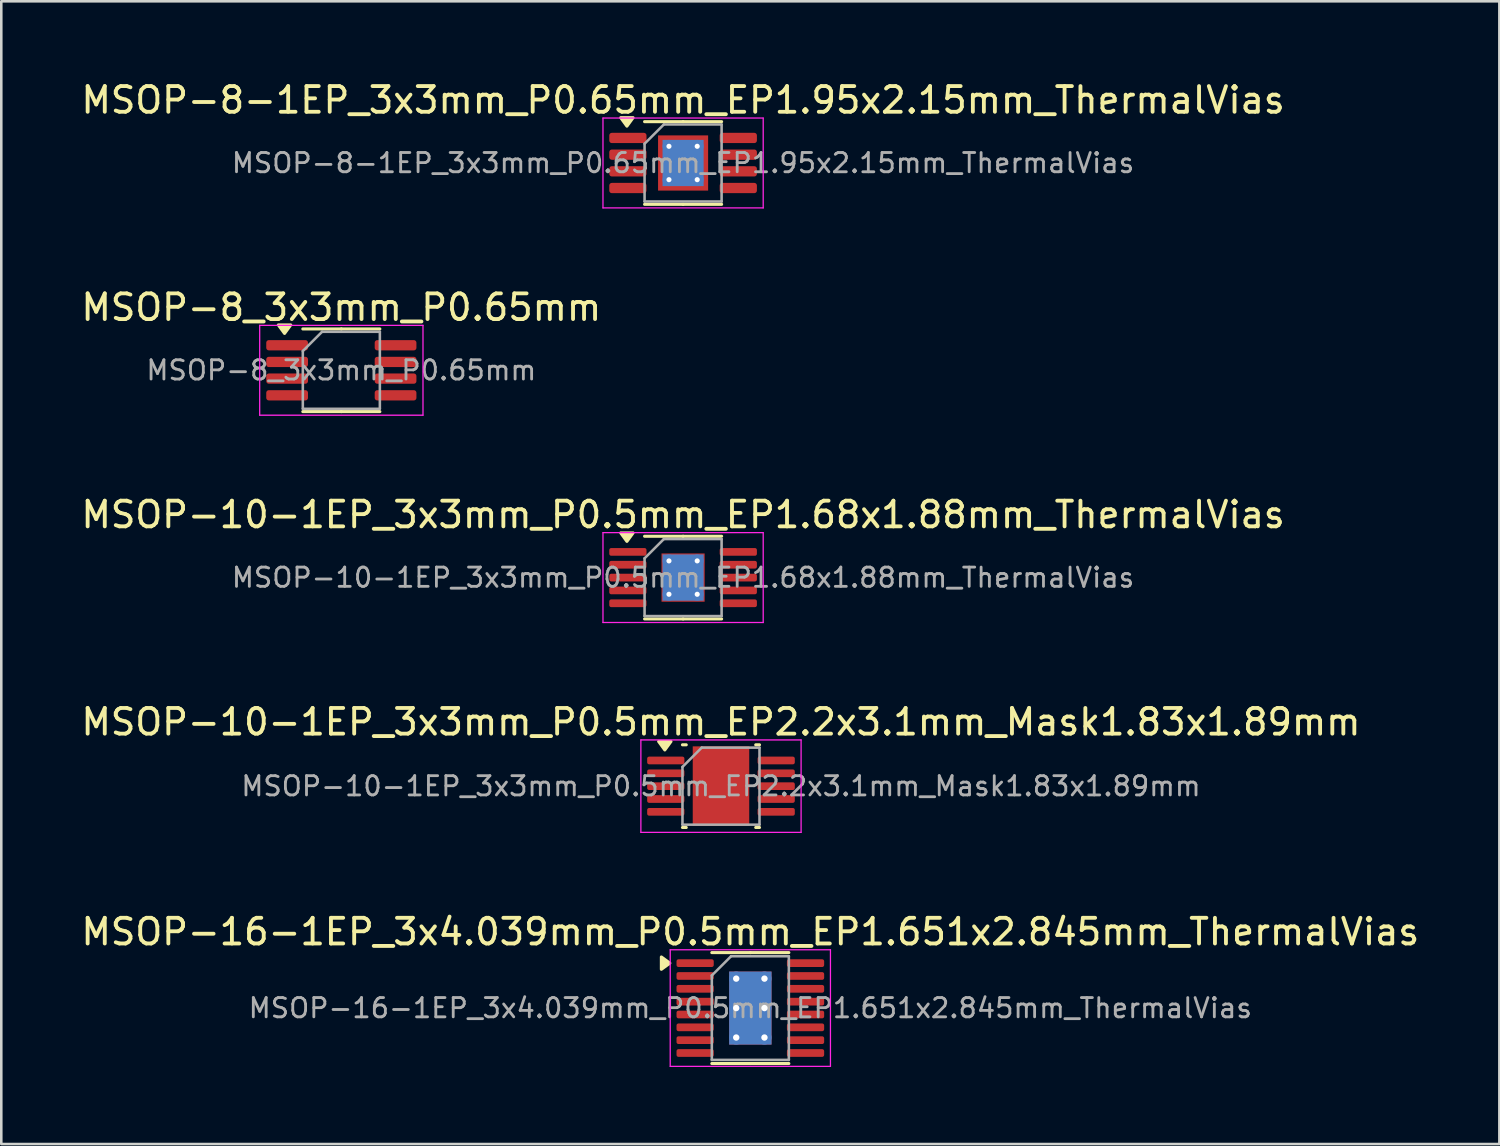
<source format=kicad_pcb>
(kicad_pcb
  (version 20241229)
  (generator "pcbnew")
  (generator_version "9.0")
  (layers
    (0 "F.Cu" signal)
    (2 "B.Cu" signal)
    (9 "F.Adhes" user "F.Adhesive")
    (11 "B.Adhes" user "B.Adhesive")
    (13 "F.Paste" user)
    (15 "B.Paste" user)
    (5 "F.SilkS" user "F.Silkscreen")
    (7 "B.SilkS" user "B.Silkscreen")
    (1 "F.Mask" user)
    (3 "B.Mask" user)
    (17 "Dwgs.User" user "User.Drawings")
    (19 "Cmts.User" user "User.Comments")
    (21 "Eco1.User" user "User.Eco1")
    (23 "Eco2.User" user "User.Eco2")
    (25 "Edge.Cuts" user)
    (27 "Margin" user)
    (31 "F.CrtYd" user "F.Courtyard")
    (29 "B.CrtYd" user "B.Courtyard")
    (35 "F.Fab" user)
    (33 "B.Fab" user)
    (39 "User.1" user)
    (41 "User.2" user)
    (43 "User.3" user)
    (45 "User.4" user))
  (footprint "MSOP-10-1EP_3x3mm_P0.5mm_EP2.2x3.1mm_Mask1.83x1.89mm"
    (layer "F.Cu")
    (at 25.03 27.568)
    (property "Reference" "MSOP-10-1EP_3x3mm_P0.5mm_EP2.2x3.1mm_Mask1.83x1.89mm" (at 0 -2.5 0) (layer "F.SilkS") (effects (font (size 1 1) (thickness 0.15))))
    (attr smd)
    (fp_line (start -1.353 -1.61) (end -1.5 -1.61) (stroke (width 0.12) (type solid)) (layer "F.SilkS"))
    (fp_line (start -1.353 1.61) (end -1.5 1.61) (stroke (width 0.12) (type solid)) (layer "F.SilkS"))
    (fp_line (start 1.353 -1.61) (end 1.5 -1.61) (stroke (width 0.12) (type solid)) (layer "F.SilkS"))
    (fp_line (start 1.353 1.61) (end 1.5 1.61) (stroke (width 0.12) (type solid)) (layer "F.SilkS"))
    (fp_poly (pts (xy -2.188 -1.41) (xy -2.428 -1.74) (xy -1.948 -1.74) (xy -2.188 -1.41)) (stroke (width 0.12) (type solid)) (fill yes) (layer "F.SilkS"))
    (fp_line (start -3.12 -1.8) (end -3.12 1.8) (stroke (width 0.05) (type solid)) (layer "F.CrtYd"))
    (fp_line (start -3.12 1.8) (end 3.12 1.8) (stroke (width 0.05) (type solid)) (layer "F.CrtYd"))
    (fp_line (start 3.12 -1.8) (end -3.12 -1.8) (stroke (width 0.05) (type solid)) (layer "F.CrtYd"))
    (fp_line (start 3.12 1.8) (end 3.12 -1.8) (stroke (width 0.05) (type solid)) (layer "F.CrtYd"))
    (fp_line (start -1.5 -0.75) (end -0.75 -1.5) (stroke (width 0.1) (type solid)) (layer "F.Fab"))
    (fp_line (start -1.5 1.5) (end -1.5 -0.75) (stroke (width 0.1) (type solid)) (layer "F.Fab"))
    (fp_line (start -0.75 -1.5) (end 1.5 -1.5) (stroke (width 0.1) (type solid)) (layer "F.Fab"))
    (fp_line (start 1.5 -1.5) (end 1.5 1.5) (stroke (width 0.1) (type solid)) (layer "F.Fab"))
    (fp_line (start 1.5 1.5) (end -1.5 1.5) (stroke (width 0.1) (type solid)) (layer "F.Fab"))
    (fp_text user "${REFERENCE}" (at 0 0 0) (layer "F.Fab") (effects (font (size 0.75 0.75) (thickness 0.11))))
    (pad "" smd roundrect (at -0.46 -0.47) (size 0.74 0.76) (layers "F.Paste") (roundrect_rratio 0.25))
    (pad "" smd roundrect (at -0.46 0.47) (size 0.74 0.76) (layers "F.Paste") (roundrect_rratio 0.25))
    (pad "" smd rect (at 0 0) (size 1.83 1.89) (layers "F.Mask"))
    (pad "" smd roundrect (at 0.46 -0.47) (size 0.74 0.76) (layers "F.Paste") (roundrect_rratio 0.25))
    (pad "" smd roundrect (at 0.46 0.47) (size 0.74 0.76) (layers "F.Paste") (roundrect_rratio 0.25))
    (pad "1" smd roundrect (at -2.15 -1) (size 1.45 0.3) (layers "F.Cu" "F.Mask" "F.Paste") (roundrect_rratio 0.25))
    (pad "2" smd roundrect (at -2.15 -0.5) (size 1.45 0.3) (layers "F.Cu" "F.Mask" "F.Paste") (roundrect_rratio 0.25))
    (pad "3" smd roundrect (at -2.15 0) (size 1.45 0.3) (layers "F.Cu" "F.Mask" "F.Paste") (roundrect_rratio 0.25))
    (pad "4" smd roundrect (at -2.15 0.5) (size 1.45 0.3) (layers "F.Cu" "F.Mask" "F.Paste") (roundrect_rratio 0.25))
    (pad "5" smd roundrect (at -2.15 1) (size 1.45 0.3) (layers "F.Cu" "F.Mask" "F.Paste") (roundrect_rratio 0.25))
    (pad "6" smd roundrect (at 2.15 1) (size 1.45 0.3) (layers "F.Cu" "F.Mask" "F.Paste") (roundrect_rratio 0.25))
    (pad "7" smd roundrect (at 2.15 0.5) (size 1.45 0.3) (layers "F.Cu" "F.Mask" "F.Paste") (roundrect_rratio 0.25))
    (pad "8" smd roundrect (at 2.15 0) (size 1.45 0.3) (layers "F.Cu" "F.Mask" "F.Paste") (roundrect_rratio 0.25))
    (pad "9" smd roundrect (at 2.15 -0.5) (size 1.45 0.3) (layers "F.Cu" "F.Mask" "F.Paste") (roundrect_rratio 0.25))
    (pad "10" smd roundrect (at 2.15 -1) (size 1.45 0.3) (layers "F.Cu" "F.Mask" "F.Paste") (roundrect_rratio 0.25))
    (pad "11" smd rect (at 0 0) (size 2.2 3.1) (property pad_prop_heatsink) (layers "F.Cu")))
  (footprint "MSOP-8_3x3mm_P0.65mm"
    (layer "F.Cu")
    (at 10.244 11.371)
    (property "Reference" "MSOP-8_3x3mm_P0.65mm" (at 0 -2.45 0) (layer "F.SilkS") (effects (font (size 1 1) (thickness 0.15))))
    (attr smd)
    (fp_line (start 0 -1.61) (end -1.5 -1.61) (stroke (width 0.12) (type solid)) (layer "F.SilkS"))
    (fp_line (start 0 -1.61) (end 1.5 -1.61) (stroke (width 0.12) (type solid)) (layer "F.SilkS"))
    (fp_line (start 0 1.61) (end -1.5 1.61) (stroke (width 0.12) (type solid)) (layer "F.SilkS"))
    (fp_line (start 0 1.61) (end 1.5 1.61) (stroke (width 0.12) (type solid)) (layer "F.SilkS"))
    (fp_poly (pts (xy -2.212 -1.435) (xy -2.453 -1.765) (xy -1.972 -1.765) (xy -2.212 -1.435)) (stroke (width 0.12) (type solid)) (fill yes) (layer "F.SilkS"))
    (fp_line (start -3.18 -1.75) (end -3.18 1.75) (stroke (width 0.05) (type solid)) (layer "F.CrtYd"))
    (fp_line (start -3.18 1.75) (end 3.18 1.75) (stroke (width 0.05) (type solid)) (layer "F.CrtYd"))
    (fp_line (start 3.18 -1.75) (end -3.18 -1.75) (stroke (width 0.05) (type solid)) (layer "F.CrtYd"))
    (fp_line (start 3.18 1.75) (end 3.18 -1.75) (stroke (width 0.05) (type solid)) (layer "F.CrtYd"))
    (fp_line (start -1.5 -0.75) (end -0.75 -1.5) (stroke (width 0.1) (type solid)) (layer "F.Fab"))
    (fp_line (start -1.5 1.5) (end -1.5 -0.75) (stroke (width 0.1) (type solid)) (layer "F.Fab"))
    (fp_line (start -0.75 -1.5) (end 1.5 -1.5) (stroke (width 0.1) (type solid)) (layer "F.Fab"))
    (fp_line (start 1.5 -1.5) (end 1.5 1.5) (stroke (width 0.1) (type solid)) (layer "F.Fab"))
    (fp_line (start 1.5 1.5) (end -1.5 1.5) (stroke (width 0.1) (type solid)) (layer "F.Fab"))
    (fp_text user "${REFERENCE}" (at 0 0 0) (layer "F.Fab") (effects (font (size 0.75 0.75) (thickness 0.11))))
    (pad "1" smd roundrect (at -2.112 -0.975) (size 1.625 0.4) (layers "F.Cu" "F.Mask" "F.Paste") (roundrect_rratio 0.25))
    (pad "2" smd roundrect (at -2.112 -0.325) (size 1.625 0.4) (layers "F.Cu" "F.Mask" "F.Paste") (roundrect_rratio 0.25))
    (pad "3" smd roundrect (at -2.112 0.325) (size 1.625 0.4) (layers "F.Cu" "F.Mask" "F.Paste") (roundrect_rratio 0.25))
    (pad "4" smd roundrect (at -2.112 0.975) (size 1.625 0.4) (layers "F.Cu" "F.Mask" "F.Paste") (roundrect_rratio 0.25))
    (pad "5" smd roundrect (at 2.112 0.975) (size 1.625 0.4) (layers "F.Cu" "F.Mask" "F.Paste") (roundrect_rratio 0.25))
    (pad "6" smd roundrect (at 2.112 0.325) (size 1.625 0.4) (layers "F.Cu" "F.Mask" "F.Paste") (roundrect_rratio 0.25))
    (pad "7" smd roundrect (at 2.112 -0.325) (size 1.625 0.4) (layers "F.Cu" "F.Mask" "F.Paste") (roundrect_rratio 0.25))
    (pad "8" smd roundrect (at 2.112 -0.975) (size 1.625 0.4) (layers "F.Cu" "F.Mask" "F.Paste") (roundrect_rratio 0.25)))
  (footprint "MSOP-16-1EP_3x4.039mm_P0.5mm_EP1.651x2.845mm_ThermalVias"
    (layer "F.Cu")
    (at 26.173 36.211)
    (property "Reference" "MSOP-16-1EP_3x4.039mm_P0.5mm_EP1.651x2.845mm_ThermalVias" (at 0 -2.97 0) (layer "F.SilkS") (effects (font (size 1 1) (thickness 0.15))))
    (attr smd)
    (fp_line (start 0 -2.16) (end -1.5 -2.16) (stroke (width 0.12) (type solid)) (layer "F.SilkS"))
    (fp_line (start 0 -2.16) (end 1.5 -2.16) (stroke (width 0.12) (type solid)) (layer "F.SilkS"))
    (fp_line (start 0 2.16) (end -1.5 2.16) (stroke (width 0.12) (type solid)) (layer "F.SilkS"))
    (fp_line (start 0 2.16) (end 1.5 2.16) (stroke (width 0.12) (type solid)) (layer "F.SilkS"))
    (fp_poly (pts (xy -3.135 -1.75) (xy -3.465 -1.99) (xy -3.465 -1.51) (xy -3.135 -1.75)) (stroke (width 0.12) (type solid)) (fill yes) (layer "F.SilkS"))
    (fp_line (start -3.12 -2.27) (end -3.12 2.27) (stroke (width 0.05) (type solid)) (layer "F.CrtYd"))
    (fp_line (start -3.12 2.27) (end 3.12 2.27) (stroke (width 0.05) (type solid)) (layer "F.CrtYd"))
    (fp_line (start 3.12 -2.27) (end -3.12 -2.27) (stroke (width 0.05) (type solid)) (layer "F.CrtYd"))
    (fp_line (start 3.12 2.27) (end 3.12 -2.27) (stroke (width 0.05) (type solid)) (layer "F.CrtYd"))
    (fp_line (start -1.5 -1.27) (end -0.75 -2.019) (stroke (width 0.1) (type solid)) (layer "F.Fab"))
    (fp_line (start -1.5 2.019) (end -1.5 -1.27) (stroke (width 0.1) (type solid)) (layer "F.Fab"))
    (fp_line (start -0.75 -2.019) (end 1.5 -2.019) (stroke (width 0.1) (type solid)) (layer "F.Fab"))
    (fp_line (start 1.5 -2.019) (end 1.5 2.019) (stroke (width 0.1) (type solid)) (layer "F.Fab"))
    (fp_line (start 1.5 2.019) (end -1.5 2.019) (stroke (width 0.1) (type solid)) (layer "F.Fab"))
    (fp_text user "${REFERENCE}" (at 0 0 0) (layer "F.Fab") (effects (font (size 0.75 0.75) (thickness 0.11))))
    (pad "" smd roundrect (at -0.415 -0.71) (size 0.69 1.19) (layers "F.Paste") (roundrect_rratio 0.25))
    (pad "" smd roundrect (at -0.415 0.71) (size 0.69 1.19) (layers "F.Paste") (roundrect_rratio 0.25))
    (pad "" smd roundrect (at 0.415 -0.71) (size 0.69 1.19) (layers "F.Paste") (roundrect_rratio 0.25))
    (pad "" smd roundrect (at 0.415 0.71) (size 0.69 1.19) (layers "F.Paste") (roundrect_rratio 0.25))
    (pad "1" smd roundrect (at -2.15 -1.75) (size 1.45 0.3) (layers "F.Cu" "F.Mask" "F.Paste") (roundrect_rratio 0.25))
    (pad "2" smd roundrect (at -2.15 -1.25) (size 1.45 0.3) (layers "F.Cu" "F.Mask" "F.Paste") (roundrect_rratio 0.25))
    (pad "3" smd roundrect (at -2.15 -0.75) (size 1.45 0.3) (layers "F.Cu" "F.Mask" "F.Paste") (roundrect_rratio 0.25))
    (pad "4" smd roundrect (at -2.15 -0.25) (size 1.45 0.3) (layers "F.Cu" "F.Mask" "F.Paste") (roundrect_rratio 0.25))
    (pad "5" smd roundrect (at -2.15 0.25) (size 1.45 0.3) (layers "F.Cu" "F.Mask" "F.Paste") (roundrect_rratio 0.25))
    (pad "6" smd roundrect (at -2.15 0.75) (size 1.45 0.3) (layers "F.Cu" "F.Mask" "F.Paste") (roundrect_rratio 0.25))
    (pad "7" smd roundrect (at -2.15 1.25) (size 1.45 0.3) (layers "F.Cu" "F.Mask" "F.Paste") (roundrect_rratio 0.25))
    (pad "8" smd roundrect (at -2.15 1.75) (size 1.45 0.3) (layers "F.Cu" "F.Mask" "F.Paste") (roundrect_rratio 0.25))
    (pad "9" smd roundrect (at 2.15 1.75) (size 1.45 0.3) (layers "F.Cu" "F.Mask" "F.Paste") (roundrect_rratio 0.25))
    (pad "10" smd roundrect (at 2.15 1.25) (size 1.45 0.3) (layers "F.Cu" "F.Mask" "F.Paste") (roundrect_rratio 0.25))
    (pad "11" smd roundrect (at 2.15 0.75) (size 1.45 0.3) (layers "F.Cu" "F.Mask" "F.Paste") (roundrect_rratio 0.25))
    (pad "12" smd roundrect (at 2.15 0.25) (size 1.45 0.3) (layers "F.Cu" "F.Mask" "F.Paste") (roundrect_rratio 0.25))
    (pad "13" smd roundrect (at 2.15 -0.25) (size 1.45 0.3) (layers "F.Cu" "F.Mask" "F.Paste") (roundrect_rratio 0.25))
    (pad "14" smd roundrect (at 2.15 -0.75) (size 1.45 0.3) (layers "F.Cu" "F.Mask" "F.Paste") (roundrect_rratio 0.25))
    (pad "15" smd roundrect (at 2.15 -1.25) (size 1.45 0.3) (layers "F.Cu" "F.Mask" "F.Paste") (roundrect_rratio 0.25))
    (pad "16" smd roundrect (at 2.15 -1.75) (size 1.45 0.3) (layers "F.Cu" "F.Mask" "F.Paste") (roundrect_rratio 0.25))
    (pad "17" thru_hole circle (at -0.55 -1.147) (size 0.55 0.55) (drill 0.25) (property pad_prop_heatsink) (layers "*.Cu"))
    (pad "17" thru_hole circle (at -0.55 0) (size 0.55 0.55) (drill 0.25) (property pad_prop_heatsink) (layers "*.Cu"))
    (pad "17" thru_hole circle (at -0.55 1.147) (size 0.55 0.55) (drill 0.25) (property pad_prop_heatsink) (layers "*.Cu"))
    (pad "17" smd rect (at 0 0) (size 1.651 2.845) (property pad_prop_heatsink) (layers "F.Cu" "F.Mask"))
    (pad "17" smd rect (at 0 0) (size 1.651 2.845) (property pad_prop_heatsink) (layers "B.Cu"))
    (pad "17" thru_hole circle (at 0.55 -1.147) (size 0.55 0.55) (drill 0.25) (property pad_prop_heatsink) (layers "*.Cu"))
    (pad "17" thru_hole circle (at 0.55 0) (size 0.55 0.55) (drill 0.25) (property pad_prop_heatsink) (layers "*.Cu"))
    (pad "17" thru_hole circle (at 0.55 1.147) (size 0.55 0.55) (drill 0.25) (property pad_prop_heatsink) (layers "*.Cu")))
  (footprint "MSOP-8-1EP_3x3mm_P0.65mm_EP1.95x2.15mm_ThermalVias"
    (layer "F.Cu")
    (at 23.554 3.298)
    (property "Reference" "MSOP-8-1EP_3x3mm_P0.65mm_EP1.95x2.15mm_ThermalVias" (at 0 -2.45 0) (layer "F.SilkS") (effects (font (size 1 1) (thickness 0.15))))
    (attr smd)
    (fp_line (start 0 -1.61) (end -1.5 -1.61) (stroke (width 0.12) (type solid)) (layer "F.SilkS"))
    (fp_line (start 0 -1.61) (end 1.5 -1.61) (stroke (width 0.12) (type solid)) (layer "F.SilkS"))
    (fp_line (start 0 1.61) (end -1.5 1.61) (stroke (width 0.12) (type solid)) (layer "F.SilkS"))
    (fp_line (start 0 1.61) (end 1.5 1.61) (stroke (width 0.12) (type solid)) (layer "F.SilkS"))
    (fp_poly (pts (xy -2.188 -1.435) (xy -2.428 -1.765) (xy -1.948 -1.765) (xy -2.188 -1.435)) (stroke (width 0.12) (type solid)) (fill yes) (layer "F.SilkS"))
    (fp_line (start -3.12 -1.75) (end -3.12 1.75) (stroke (width 0.05) (type solid)) (layer "F.CrtYd"))
    (fp_line (start -3.12 1.75) (end 3.12 1.75) (stroke (width 0.05) (type solid)) (layer "F.CrtYd"))
    (fp_line (start 3.12 -1.75) (end -3.12 -1.75) (stroke (width 0.05) (type solid)) (layer "F.CrtYd"))
    (fp_line (start 3.12 1.75) (end 3.12 -1.75) (stroke (width 0.05) (type solid)) (layer "F.CrtYd"))
    (fp_line (start -1.5 -0.75) (end -0.75 -1.5) (stroke (width 0.1) (type solid)) (layer "F.Fab"))
    (fp_line (start -1.5 1.5) (end -1.5 -0.75) (stroke (width 0.1) (type solid)) (layer "F.Fab"))
    (fp_line (start -0.75 -1.5) (end 1.5 -1.5) (stroke (width 0.1) (type solid)) (layer "F.Fab"))
    (fp_line (start 1.5 -1.5) (end 1.5 1.5) (stroke (width 0.1) (type solid)) (layer "F.Fab"))
    (fp_line (start 1.5 1.5) (end -1.5 1.5) (stroke (width 0.1) (type solid)) (layer "F.Fab"))
    (fp_text user "${REFERENCE}" (at 0 0 0) (layer "F.Fab") (effects (font (size 0.75 0.75) (thickness 0.11))))
    (pad "" smd roundrect (at -0.49 -0.54) (size 0.82 0.9) (layers "F.Paste") (roundrect_rratio 0.25))
    (pad "" smd roundrect (at -0.49 0.54) (size 0.82 0.9) (layers "F.Paste") (roundrect_rratio 0.25))
    (pad "" smd roundrect (at 0.49 -0.54) (size 0.82 0.9) (layers "F.Paste") (roundrect_rratio 0.25))
    (pad "" smd roundrect (at 0.49 0.54) (size 0.82 0.9) (layers "F.Paste") (roundrect_rratio 0.25))
    (pad "1" smd roundrect (at -2.15 -0.975) (size 1.45 0.4) (layers "F.Cu" "F.Mask" "F.Paste") (roundrect_rratio 0.25))
    (pad "2" smd roundrect (at -2.15 -0.325) (size 1.45 0.4) (layers "F.Cu" "F.Mask" "F.Paste") (roundrect_rratio 0.25))
    (pad "3" smd roundrect (at -2.15 0.325) (size 1.45 0.4) (layers "F.Cu" "F.Mask" "F.Paste") (roundrect_rratio 0.25))
    (pad "4" smd roundrect (at -2.15 0.975) (size 1.45 0.4) (layers "F.Cu" "F.Mask" "F.Paste") (roundrect_rratio 0.25))
    (pad "5" smd roundrect (at 2.15 0.975) (size 1.45 0.4) (layers "F.Cu" "F.Mask" "F.Paste") (roundrect_rratio 0.25))
    (pad "6" smd roundrect (at 2.15 0.325) (size 1.45 0.4) (layers "F.Cu" "F.Mask" "F.Paste") (roundrect_rratio 0.25))
    (pad "7" smd roundrect (at 2.15 -0.325) (size 1.45 0.4) (layers "F.Cu" "F.Mask" "F.Paste") (roundrect_rratio 0.25))
    (pad "8" smd roundrect (at 2.15 -0.975) (size 1.45 0.4) (layers "F.Cu" "F.Mask" "F.Paste") (roundrect_rratio 0.25))
    (pad "9" thru_hole circle (at -0.55 -0.65) (size 0.5 0.5) (drill 0.2) (property pad_prop_heatsink) (layers "*.Cu"))
    (pad "9" thru_hole circle (at -0.55 0.65) (size 0.5 0.5) (drill 0.2) (property pad_prop_heatsink) (layers "*.Cu"))
    (pad "9" smd rect (at 0 0) (size 1.6 1.8) (property pad_prop_heatsink) (layers "B.Cu"))
    (pad "9" smd rect (at 0 0) (size 1.95 2.15) (property pad_prop_heatsink) (layers "F.Cu" "F.Mask"))
    (pad "9" thru_hole circle (at 0.55 -0.65) (size 0.5 0.5) (drill 0.2) (property pad_prop_heatsink) (layers "*.Cu"))
    (pad "9" thru_hole circle (at 0.55 0.65) (size 0.5 0.5) (drill 0.2) (property pad_prop_heatsink) (layers "*.Cu")))
  (footprint "MSOP-10-1EP_3x3mm_P0.5mm_EP1.68x1.88mm_ThermalVias"
    (layer "F.Cu")
    (at 23.554 19.445)
    (property "Reference" "MSOP-10-1EP_3x3mm_P0.5mm_EP1.68x1.88mm_ThermalVias" (at 0 -2.45 0) (layer "F.SilkS") (effects (font (size 1 1) (thickness 0.15))))
    (attr smd)
    (fp_line (start 0 -1.61) (end -1.5 -1.61) (stroke (width 0.12) (type solid)) (layer "F.SilkS"))
    (fp_line (start 0 -1.61) (end 1.5 -1.61) (stroke (width 0.12) (type solid)) (layer "F.SilkS"))
    (fp_line (start 0 1.61) (end -1.5 1.61) (stroke (width 0.12) (type solid)) (layer "F.SilkS"))
    (fp_line (start 0 1.61) (end 1.5 1.61) (stroke (width 0.12) (type solid)) (layer "F.SilkS"))
    (fp_poly (pts (xy -2.188 -1.41) (xy -2.428 -1.74) (xy -1.948 -1.74) (xy -2.188 -1.41)) (stroke (width 0.12) (type solid)) (fill yes) (layer "F.SilkS"))
    (fp_line (start -3.12 -1.75) (end -3.12 1.75) (stroke (width 0.05) (type solid)) (layer "F.CrtYd"))
    (fp_line (start -3.12 1.75) (end 3.12 1.75) (stroke (width 0.05) (type solid)) (layer "F.CrtYd"))
    (fp_line (start 3.12 -1.75) (end -3.12 -1.75) (stroke (width 0.05) (type solid)) (layer "F.CrtYd"))
    (fp_line (start 3.12 1.75) (end 3.12 -1.75) (stroke (width 0.05) (type solid)) (layer "F.CrtYd"))
    (fp_line (start -1.5 -0.75) (end -0.75 -1.5) (stroke (width 0.1) (type solid)) (layer "F.Fab"))
    (fp_line (start -1.5 1.5) (end -1.5 -0.75) (stroke (width 0.1) (type solid)) (layer "F.Fab"))
    (fp_line (start -0.75 -1.5) (end 1.5 -1.5) (stroke (width 0.1) (type solid)) (layer "F.Fab"))
    (fp_line (start 1.5 -1.5) (end 1.5 1.5) (stroke (width 0.1) (type solid)) (layer "F.Fab"))
    (fp_line (start 1.5 1.5) (end -1.5 1.5) (stroke (width 0.1) (type solid)) (layer "F.Fab"))
    (fp_text user "${REFERENCE}" (at 0 0 0) (layer "F.Fab") (effects (font (size 0.75 0.75) (thickness 0.11))))
    (pad "" smd roundrect (at -0.42 -0.47) (size 0.7 0.79) (layers "F.Paste") (roundrect_rratio 0.25))
    (pad "" smd roundrect (at -0.42 0.47) (size 0.7 0.79) (layers "F.Paste") (roundrect_rratio 0.25))
    (pad "" smd roundrect (at 0.42 -0.47) (size 0.7 0.79) (layers "F.Paste") (roundrect_rratio 0.25))
    (pad "" smd roundrect (at 0.42 0.47) (size 0.7 0.79) (layers "F.Paste") (roundrect_rratio 0.25))
    (pad "1" smd roundrect (at -2.15 -1) (size 1.45 0.3) (layers "F.Cu" "F.Mask" "F.Paste") (roundrect_rratio 0.25))
    (pad "2" smd roundrect (at -2.15 -0.5) (size 1.45 0.3) (layers "F.Cu" "F.Mask" "F.Paste") (roundrect_rratio 0.25))
    (pad "3" smd roundrect (at -2.15 0) (size 1.45 0.3) (layers "F.Cu" "F.Mask" "F.Paste") (roundrect_rratio 0.25))
    (pad "4" smd roundrect (at -2.15 0.5) (size 1.45 0.3) (layers "F.Cu" "F.Mask" "F.Paste") (roundrect_rratio 0.25))
    (pad "5" smd roundrect (at -2.15 1) (size 1.45 0.3) (layers "F.Cu" "F.Mask" "F.Paste") (roundrect_rratio 0.25))
    (pad "6" smd roundrect (at 2.15 1) (size 1.45 0.3) (layers "F.Cu" "F.Mask" "F.Paste") (roundrect_rratio 0.25))
    (pad "7" smd roundrect (at 2.15 0.5) (size 1.45 0.3) (layers "F.Cu" "F.Mask" "F.Paste") (roundrect_rratio 0.25))
    (pad "8" smd roundrect (at 2.15 0) (size 1.45 0.3) (layers "F.Cu" "F.Mask" "F.Paste") (roundrect_rratio 0.25))
    (pad "9" smd roundrect (at 2.15 -0.5) (size 1.45 0.3) (layers "F.Cu" "F.Mask" "F.Paste") (roundrect_rratio 0.25))
    (pad "10" smd roundrect (at 2.15 -1) (size 1.45 0.3) (layers "F.Cu" "F.Mask" "F.Paste") (roundrect_rratio 0.25))
    (pad "11" thru_hole circle (at -0.55 -0.65) (size 0.5 0.5) (drill 0.2) (property pad_prop_heatsink) (layers "*.Cu"))
    (pad "11" thru_hole circle (at -0.55 0.65) (size 0.5 0.5) (drill 0.2) (property pad_prop_heatsink) (layers "*.Cu"))
    (pad "11" smd rect (at 0 0) (size 1.6 1.8) (property pad_prop_heatsink) (layers "B.Cu"))
    (pad "11" smd rect (at 0 0) (size 1.68 1.88) (property pad_prop_heatsink) (layers "F.Cu" "F.Mask"))
    (pad "11" thru_hole circle (at 0.55 -0.65) (size 0.5 0.5) (drill 0.2) (property pad_prop_heatsink) (layers "*.Cu"))
    (pad "11" thru_hole circle (at 0.55 0.65) (size 0.5 0.5) (drill 0.2) (property pad_prop_heatsink) (layers "*.Cu")))
  (gr_rect
    (start -3 -3)
    (end 55.345 41.506)
    (stroke (width 0.1) (type default))
    (fill no)
    (layer "Edge.Cuts")))
</source>
